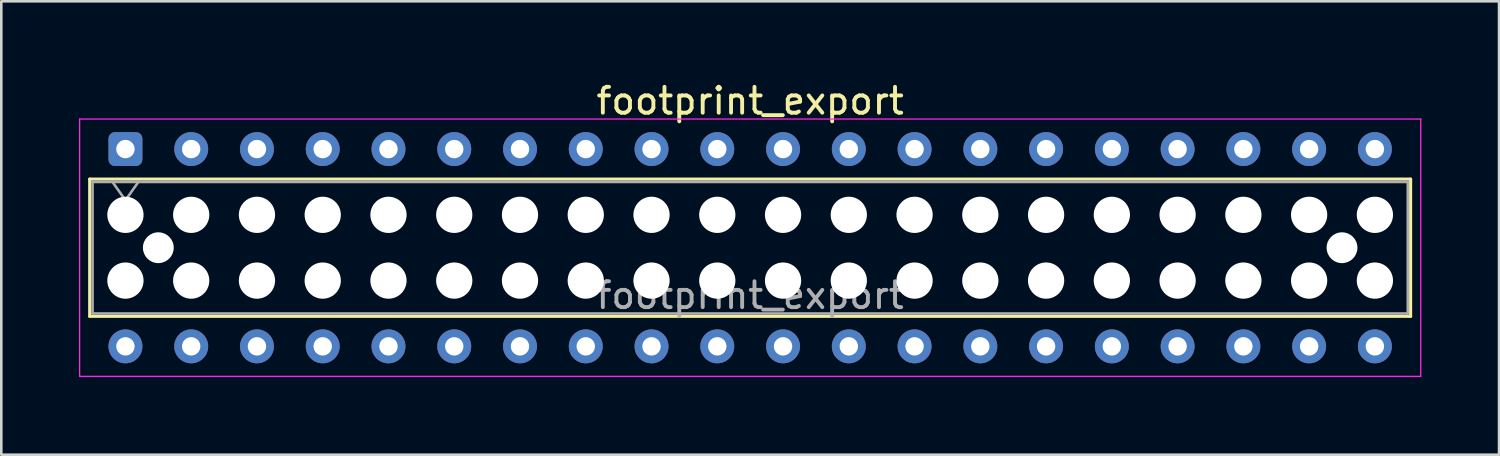
<source format=kicad_pcb>
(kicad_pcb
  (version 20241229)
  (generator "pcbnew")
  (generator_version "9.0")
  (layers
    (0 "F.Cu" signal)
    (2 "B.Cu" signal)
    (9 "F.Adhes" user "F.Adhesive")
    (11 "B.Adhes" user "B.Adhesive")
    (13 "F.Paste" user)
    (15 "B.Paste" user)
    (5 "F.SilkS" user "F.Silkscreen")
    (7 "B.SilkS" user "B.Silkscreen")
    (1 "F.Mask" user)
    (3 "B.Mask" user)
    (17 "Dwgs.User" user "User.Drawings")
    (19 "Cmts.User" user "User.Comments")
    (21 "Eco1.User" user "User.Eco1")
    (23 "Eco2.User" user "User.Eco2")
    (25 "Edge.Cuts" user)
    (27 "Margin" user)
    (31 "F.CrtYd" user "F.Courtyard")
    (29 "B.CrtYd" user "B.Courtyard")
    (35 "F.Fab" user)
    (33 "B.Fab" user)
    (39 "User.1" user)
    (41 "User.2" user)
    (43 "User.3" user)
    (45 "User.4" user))
  (footprint "footprint_export"
    (layer "F.Cu")
    (at 1.795 2.708)
    (property "Reference" "footprint_export" (at 24.13 -1.86 0) (layer "F.SilkS") (effects (font (size 1 1) (thickness 0.15))))
    (attr through_hole)
    (fp_line (start -1.38 1.16) (end 49.64 1.16) (stroke (width 0.12) (type solid)) (layer "F.SilkS"))
    (fp_line (start -1.38 6.46) (end -1.38 1.16) (stroke (width 0.12) (type solid)) (layer "F.SilkS"))
    (fp_line (start 49.64 1.16) (end 49.64 6.46) (stroke (width 0.12) (type solid)) (layer "F.SilkS"))
    (fp_line (start 49.64 6.46) (end -1.38 6.46) (stroke (width 0.12) (type solid)) (layer "F.SilkS"))
    (fp_line (start -1.77 -1.16) (end 50.03 -1.16) (stroke (width 0.05) (type solid)) (layer "F.CrtYd"))
    (fp_line (start -1.77 8.78) (end -1.77 -1.16) (stroke (width 0.05) (type solid)) (layer "F.CrtYd"))
    (fp_line (start 50.03 -1.16) (end 50.03 8.78) (stroke (width 0.05) (type solid)) (layer "F.CrtYd"))
    (fp_line (start 50.03 8.78) (end -1.77 8.78) (stroke (width 0.05) (type solid)) (layer "F.CrtYd"))
    (fp_line (start -1.27 1.27) (end 49.53 1.27) (stroke (width 0.1) (type solid)) (layer "F.Fab"))
    (fp_line (start -1.27 6.35) (end -1.27 1.27) (stroke (width 0.1) (type solid)) (layer "F.Fab"))
    (fp_line (start -0.5 1.27) (end 0 1.977) (stroke (width 0.1) (type solid)) (layer "F.Fab"))
    (fp_line (start 0 1.977) (end 0.5 1.27) (stroke (width 0.1) (type solid)) (layer "F.Fab"))
    (fp_line (start 49.53 1.27) (end 49.53 6.35) (stroke (width 0.1) (type solid)) (layer "F.Fab"))
    (fp_line (start 49.53 6.35) (end -1.27 6.35) (stroke (width 0.1) (type solid)) (layer "F.Fab"))
    (fp_text user "${REFERENCE}" (at 24.13 5.65 0) (layer "F.Fab") (effects (font (size 1 1) (thickness 0.15))))
    (pad "" np_thru_hole circle (at 0 2.54) (size 1.4 1.4) (drill 1.4) (layers "*.Cu" "*.Mask"))
    (pad "" np_thru_hole circle (at 0 5.08) (size 1.4 1.4) (drill 1.4) (layers "*.Cu" "*.Mask"))
    (pad "" np_thru_hole circle (at 1.27 3.81) (size 1.19 1.19) (drill 1.19) (layers "*.Cu" "*.Mask"))
    (pad "" np_thru_hole circle (at 2.54 2.54) (size 1.4 1.4) (drill 1.4) (layers "*.Cu" "*.Mask"))
    (pad "" np_thru_hole circle (at 2.54 5.08) (size 1.4 1.4) (drill 1.4) (layers "*.Cu" "*.Mask"))
    (pad "" np_thru_hole circle (at 5.08 2.54) (size 1.4 1.4) (drill 1.4) (layers "*.Cu" "*.Mask"))
    (pad "" np_thru_hole circle (at 5.08 5.08) (size 1.4 1.4) (drill 1.4) (layers "*.Cu" "*.Mask"))
    (pad "" np_thru_hole circle (at 7.62 2.54) (size 1.4 1.4) (drill 1.4) (layers "*.Cu" "*.Mask"))
    (pad "" np_thru_hole circle (at 7.62 5.08) (size 1.4 1.4) (drill 1.4) (layers "*.Cu" "*.Mask"))
    (pad "" np_thru_hole circle (at 10.16 2.54) (size 1.4 1.4) (drill 1.4) (layers "*.Cu" "*.Mask"))
    (pad "" np_thru_hole circle (at 10.16 5.08) (size 1.4 1.4) (drill 1.4) (layers "*.Cu" "*.Mask"))
    (pad "" np_thru_hole circle (at 12.7 2.54) (size 1.4 1.4) (drill 1.4) (layers "*.Cu" "*.Mask"))
    (pad "" np_thru_hole circle (at 12.7 5.08) (size 1.4 1.4) (drill 1.4) (layers "*.Cu" "*.Mask"))
    (pad "" np_thru_hole circle (at 15.24 2.54) (size 1.4 1.4) (drill 1.4) (layers "*.Cu" "*.Mask"))
    (pad "" np_thru_hole circle (at 15.24 5.08) (size 1.4 1.4) (drill 1.4) (layers "*.Cu" "*.Mask"))
    (pad "" np_thru_hole circle (at 17.78 2.54) (size 1.4 1.4) (drill 1.4) (layers "*.Cu" "*.Mask"))
    (pad "" np_thru_hole circle (at 17.78 5.08) (size 1.4 1.4) (drill 1.4) (layers "*.Cu" "*.Mask"))
    (pad "" np_thru_hole circle (at 20.32 2.54) (size 1.4 1.4) (drill 1.4) (layers "*.Cu" "*.Mask"))
    (pad "" np_thru_hole circle (at 20.32 5.08) (size 1.4 1.4) (drill 1.4) (layers "*.Cu" "*.Mask"))
    (pad "" np_thru_hole circle (at 22.86 2.54) (size 1.4 1.4) (drill 1.4) (layers "*.Cu" "*.Mask"))
    (pad "" np_thru_hole circle (at 22.86 5.08) (size 1.4 1.4) (drill 1.4) (layers "*.Cu" "*.Mask"))
    (pad "" np_thru_hole circle (at 25.4 2.54) (size 1.4 1.4) (drill 1.4) (layers "*.Cu" "*.Mask"))
    (pad "" np_thru_hole circle (at 25.4 5.08) (size 1.4 1.4) (drill 1.4) (layers "*.Cu" "*.Mask"))
    (pad "" np_thru_hole circle (at 27.94 2.54) (size 1.4 1.4) (drill 1.4) (layers "*.Cu" "*.Mask"))
    (pad "" np_thru_hole circle (at 27.94 5.08) (size 1.4 1.4) (drill 1.4) (layers "*.Cu" "*.Mask"))
    (pad "" np_thru_hole circle (at 30.48 2.54) (size 1.4 1.4) (drill 1.4) (layers "*.Cu" "*.Mask"))
    (pad "" np_thru_hole circle (at 30.48 5.08) (size 1.4 1.4) (drill 1.4) (layers "*.Cu" "*.Mask"))
    (pad "" np_thru_hole circle (at 33.02 2.54) (size 1.4 1.4) (drill 1.4) (layers "*.Cu" "*.Mask"))
    (pad "" np_thru_hole circle (at 33.02 5.08) (size 1.4 1.4) (drill 1.4) (layers "*.Cu" "*.Mask"))
    (pad "" np_thru_hole circle (at 35.56 2.54) (size 1.4 1.4) (drill 1.4) (layers "*.Cu" "*.Mask"))
    (pad "" np_thru_hole circle (at 35.56 5.08) (size 1.4 1.4) (drill 1.4) (layers "*.Cu" "*.Mask"))
    (pad "" np_thru_hole circle (at 38.1 2.54) (size 1.4 1.4) (drill 1.4) (layers "*.Cu" "*.Mask"))
    (pad "" np_thru_hole circle (at 38.1 5.08) (size 1.4 1.4) (drill 1.4) (layers "*.Cu" "*.Mask"))
    (pad "" np_thru_hole circle (at 40.64 2.54) (size 1.4 1.4) (drill 1.4) (layers "*.Cu" "*.Mask"))
    (pad "" np_thru_hole circle (at 40.64 5.08) (size 1.4 1.4) (drill 1.4) (layers "*.Cu" "*.Mask"))
    (pad "" np_thru_hole circle (at 43.18 2.54) (size 1.4 1.4) (drill 1.4) (layers "*.Cu" "*.Mask"))
    (pad "" np_thru_hole circle (at 43.18 5.08) (size 1.4 1.4) (drill 1.4) (layers "*.Cu" "*.Mask"))
    (pad "" np_thru_hole circle (at 45.72 2.54) (size 1.4 1.4) (drill 1.4) (layers "*.Cu" "*.Mask"))
    (pad "" np_thru_hole circle (at 45.72 5.08) (size 1.4 1.4) (drill 1.4) (layers "*.Cu" "*.Mask"))
    (pad "" np_thru_hole circle (at 46.99 3.81) (size 1.19 1.19) (drill 1.19) (layers "*.Cu" "*.Mask"))
    (pad "" np_thru_hole circle (at 48.26 2.54) (size 1.4 1.4) (drill 1.4) (layers "*.Cu" "*.Mask"))
    (pad "" np_thru_hole circle (at 48.26 5.08) (size 1.4 1.4) (drill 1.4) (layers "*.Cu" "*.Mask"))
    (pad "1" thru_hole roundrect (at 0 0) (size 1.31 1.31) (drill 0.71) (layers "*.Cu" "*.Mask") (roundrect_rratio 0.191))
    (pad "2" thru_hole circle (at 0 7.62) (size 1.31 1.31) (drill 0.71) (layers "*.Cu" "*.Mask"))
    (pad "3" thru_hole circle (at 2.54 0) (size 1.31 1.31) (drill 0.71) (layers "*.Cu" "*.Mask"))
    (pad "4" thru_hole circle (at 2.54 7.62) (size 1.31 1.31) (drill 0.71) (layers "*.Cu" "*.Mask"))
    (pad "5" thru_hole circle (at 5.08 0) (size 1.31 1.31) (drill 0.71) (layers "*.Cu" "*.Mask"))
    (pad "6" thru_hole circle (at 5.08 7.62) (size 1.31 1.31) (drill 0.71) (layers "*.Cu" "*.Mask"))
    (pad "7" thru_hole circle (at 7.62 0) (size 1.31 1.31) (drill 0.71) (layers "*.Cu" "*.Mask"))
    (pad "8" thru_hole circle (at 7.62 7.62) (size 1.31 1.31) (drill 0.71) (layers "*.Cu" "*.Mask"))
    (pad "9" thru_hole circle (at 10.16 0) (size 1.31 1.31) (drill 0.71) (layers "*.Cu" "*.Mask"))
    (pad "10" thru_hole circle (at 10.16 7.62) (size 1.31 1.31) (drill 0.71) (layers "*.Cu" "*.Mask"))
    (pad "11" thru_hole circle (at 12.7 0) (size 1.31 1.31) (drill 0.71) (layers "*.Cu" "*.Mask"))
    (pad "12" thru_hole circle (at 12.7 7.62) (size 1.31 1.31) (drill 0.71) (layers "*.Cu" "*.Mask"))
    (pad "13" thru_hole circle (at 15.24 0) (size 1.31 1.31) (drill 0.71) (layers "*.Cu" "*.Mask"))
    (pad "14" thru_hole circle (at 15.24 7.62) (size 1.31 1.31) (drill 0.71) (layers "*.Cu" "*.Mask"))
    (pad "15" thru_hole circle (at 17.78 0) (size 1.31 1.31) (drill 0.71) (layers "*.Cu" "*.Mask"))
    (pad "16" thru_hole circle (at 17.78 7.62) (size 1.31 1.31) (drill 0.71) (layers "*.Cu" "*.Mask"))
    (pad "17" thru_hole circle (at 20.32 0) (size 1.31 1.31) (drill 0.71) (layers "*.Cu" "*.Mask"))
    (pad "18" thru_hole circle (at 20.32 7.62) (size 1.31 1.31) (drill 0.71) (layers "*.Cu" "*.Mask"))
    (pad "19" thru_hole circle (at 22.86 0) (size 1.31 1.31) (drill 0.71) (layers "*.Cu" "*.Mask"))
    (pad "20" thru_hole circle (at 22.86 7.62) (size 1.31 1.31) (drill 0.71) (layers "*.Cu" "*.Mask"))
    (pad "21" thru_hole circle (at 25.4 0) (size 1.31 1.31) (drill 0.71) (layers "*.Cu" "*.Mask"))
    (pad "22" thru_hole circle (at 25.4 7.62) (size 1.31 1.31) (drill 0.71) (layers "*.Cu" "*.Mask"))
    (pad "23" thru_hole circle (at 27.94 0) (size 1.31 1.31) (drill 0.71) (layers "*.Cu" "*.Mask"))
    (pad "24" thru_hole circle (at 27.94 7.62) (size 1.31 1.31) (drill 0.71) (layers "*.Cu" "*.Mask"))
    (pad "25" thru_hole circle (at 30.48 0) (size 1.31 1.31) (drill 0.71) (layers "*.Cu" "*.Mask"))
    (pad "26" thru_hole circle (at 30.48 7.62) (size 1.31 1.31) (drill 0.71) (layers "*.Cu" "*.Mask"))
    (pad "27" thru_hole circle (at 33.02 0) (size 1.31 1.31) (drill 0.71) (layers "*.Cu" "*.Mask"))
    (pad "28" thru_hole circle (at 33.02 7.62) (size 1.31 1.31) (drill 0.71) (layers "*.Cu" "*.Mask"))
    (pad "29" thru_hole circle (at 35.56 0) (size 1.31 1.31) (drill 0.71) (layers "*.Cu" "*.Mask"))
    (pad "30" thru_hole circle (at 35.56 7.62) (size 1.31 1.31) (drill 0.71) (layers "*.Cu" "*.Mask"))
    (pad "31" thru_hole circle (at 38.1 0) (size 1.31 1.31) (drill 0.71) (layers "*.Cu" "*.Mask"))
    (pad "32" thru_hole circle (at 38.1 7.62) (size 1.31 1.31) (drill 0.71) (layers "*.Cu" "*.Mask"))
    (pad "33" thru_hole circle (at 40.64 0) (size 1.31 1.31) (drill 0.71) (layers "*.Cu" "*.Mask"))
    (pad "34" thru_hole circle (at 40.64 7.62) (size 1.31 1.31) (drill 0.71) (layers "*.Cu" "*.Mask"))
    (pad "35" thru_hole circle (at 43.18 0) (size 1.31 1.31) (drill 0.71) (layers "*.Cu" "*.Mask"))
    (pad "36" thru_hole circle (at 43.18 7.62) (size 1.31 1.31) (drill 0.71) (layers "*.Cu" "*.Mask"))
    (pad "37" thru_hole circle (at 45.72 0) (size 1.31 1.31) (drill 0.71) (layers "*.Cu" "*.Mask"))
    (pad "38" thru_hole circle (at 45.72 7.62) (size 1.31 1.31) (drill 0.71) (layers "*.Cu" "*.Mask"))
    (pad "39" thru_hole circle (at 48.26 0) (size 1.31 1.31) (drill 0.71) (layers "*.Cu" "*.Mask"))
    (pad "40" thru_hole circle (at 48.26 7.62) (size 1.31 1.31) (drill 0.71) (layers "*.Cu" "*.Mask")))
  (gr_rect
    (start -3 -3)
    (end 54.85 14.513)
    (stroke (width 0.1) (type default))
    (fill no)
    (layer "Edge.Cuts")))
</source>
